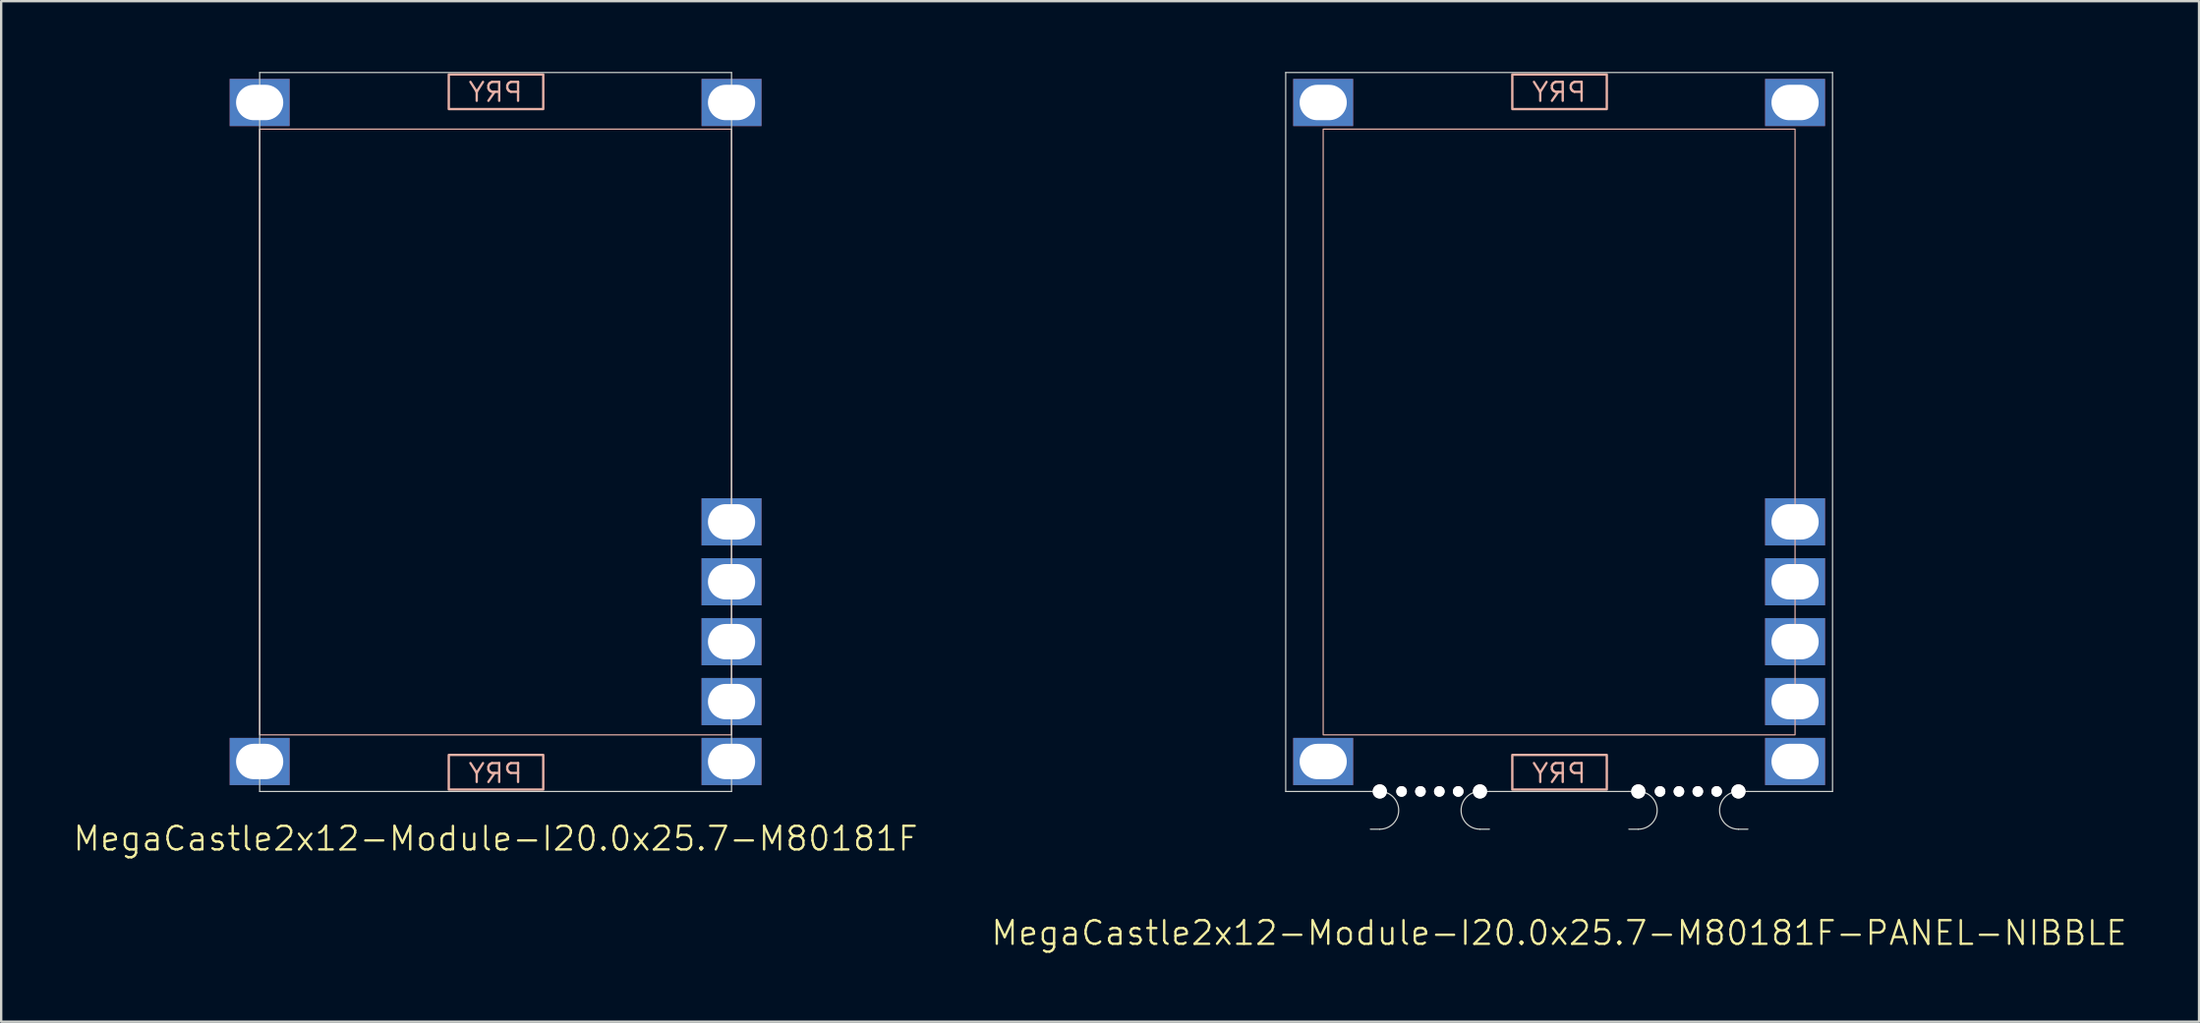
<source format=kicad_pcb>
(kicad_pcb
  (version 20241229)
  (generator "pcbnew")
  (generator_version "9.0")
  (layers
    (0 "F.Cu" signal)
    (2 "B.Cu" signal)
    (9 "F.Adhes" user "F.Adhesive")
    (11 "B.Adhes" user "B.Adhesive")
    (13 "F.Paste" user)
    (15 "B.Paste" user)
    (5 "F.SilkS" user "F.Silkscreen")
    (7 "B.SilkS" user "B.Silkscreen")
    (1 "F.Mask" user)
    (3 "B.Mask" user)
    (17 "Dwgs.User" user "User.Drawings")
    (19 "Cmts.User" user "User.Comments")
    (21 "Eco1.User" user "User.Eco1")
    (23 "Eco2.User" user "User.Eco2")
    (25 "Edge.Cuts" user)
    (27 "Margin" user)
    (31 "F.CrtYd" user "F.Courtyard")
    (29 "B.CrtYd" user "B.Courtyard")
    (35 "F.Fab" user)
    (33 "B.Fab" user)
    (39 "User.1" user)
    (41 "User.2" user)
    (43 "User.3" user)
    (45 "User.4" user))
  (footprint "MegaCastle2x12-Module-I20.0x25.7-M80181F-PANEL-NIBBLE"
    (layer "F.Cu")
    (at 63.031 15.265)
    (property "Reference" "MegaCastle2x12-Module-I20.0x25.7-M80181F-PANEL-NIBBLE" (at 0 21.24 0) (unlocked yes) (layer "F.SilkS") (effects (font (size 1 1) (thickness 0.1))))
    (attr smd)
    (fp_rect (start -10 12.84) (end 10 -12.84) (stroke (width 0.05) (type default)) (fill no) (layer "B.SilkS"))
    (fp_rect (start -1.984 -13.691) (end 2.02 -15.16) (stroke (width 0.1) (type default)) (fill no) (layer "B.SilkS"))
    (fp_rect (start -1.984 13.691) (end 2.02 15.16) (stroke (width 0.1) (type default)) (fill no) (layer "B.SilkS"))
    (fp_line (start -11.588 -15.24) (end -11.588 15.24) (stroke (width 0.05) (type default)) (layer "Edge.Cuts"))
    (fp_line (start -11.588 -15.24) (end 11.588 -15.24) (stroke (width 0.05) (type default)) (layer "Edge.Cuts"))
    (fp_line (start -11.588 15.24) (end -8 15.24) (stroke (width 0.05) (type default)) (layer "Edge.Cuts"))
    (fp_line (start -8 15.24) (end -7.6 15.24) (stroke (width 0.05) (type default)) (layer "Edge.Cuts"))
    (fp_line (start -8 16.84) (end -7.6 16.84) (stroke (width 0.05) (type default)) (layer "Edge.Cuts"))
    (fp_line (start -2.955 15.24) (end -3.355 15.24) (stroke (width 0.05) (type default)) (layer "Edge.Cuts"))
    (fp_line (start -2.955 15.24) (end 2.955 15.24) (stroke (width 0.05) (type default)) (layer "Edge.Cuts"))
    (fp_line (start -2.955 16.84) (end -3.355 16.84) (stroke (width 0.05) (type default)) (layer "Edge.Cuts"))
    (fp_line (start 2.955 15.24) (end 3.355 15.24) (stroke (width 0.05) (type default)) (layer "Edge.Cuts"))
    (fp_line (start 2.955 16.84) (end 3.355 16.84) (stroke (width 0.05) (type default)) (layer "Edge.Cuts"))
    (fp_line (start 8 15.24) (end 7.6 15.24) (stroke (width 0.05) (type default)) (layer "Edge.Cuts"))
    (fp_line (start 8 15.24) (end 11.588 15.24) (stroke (width 0.05) (type default)) (layer "Edge.Cuts"))
    (fp_line (start 8 16.84) (end 7.6 16.84) (stroke (width 0.05) (type default)) (layer "Edge.Cuts"))
    (fp_line (start 11.588 -15.24) (end 11.588 15.24) (stroke (width 0.05) (type default)) (layer "Edge.Cuts"))
    (fp_arc (start -7.6 15.24) (mid -6.8 16.040001) (end -7.6 16.84) (stroke (width 0.05) (type default)) (layer "Edge.Cuts"))
    (fp_arc (start -3.355 16.84) (mid -4.155 16.04) (end -3.355 15.24) (stroke (width 0.05) (type default)) (layer "Edge.Cuts"))
    (fp_arc (start 3.355 15.24) (mid 4.155 16.040001) (end 3.355 16.84) (stroke (width 0.05) (type default)) (layer "Edge.Cuts"))
    (fp_arc (start 7.6 16.84) (mid 6.8 16.04) (end 7.6 15.24) (stroke (width 0.05) (type default)) (layer "Edge.Cuts"))
    (fp_text user "PRY" (at 0 14.94 0) (unlocked yes) (layer "B.SilkS") (effects (font (size 0.8 0.8) (thickness 0.1)) (justify bottom mirror)))
    (fp_text user "PRY" (at 0 -13.94 0) (unlocked yes) (layer "B.SilkS") (effects (font (size 0.8 0.8) (thickness 0.1)) (justify bottom mirror)))
    (pad "" np_thru_hole circle (at -7.6 15.24) (size 0.6 0.6) (drill 0.6) (layers "*.Cu" "Edge.Cuts"))
    (pad "" np_thru_hole circle (at -6.678 15.24) (size 0.45 0.45) (drill 0.45) (layers "*.Cu" "Edge.Cuts"))
    (pad "" np_thru_hole circle (at -5.878 15.24) (size 0.45 0.45) (drill 0.45) (layers "*.Cu" "Edge.Cuts"))
    (pad "" np_thru_hole circle (at -5.077 15.24) (size 0.45 0.45) (drill 0.45) (layers "*.Cu" "Edge.Cuts"))
    (pad "" np_thru_hole circle (at -4.277 15.24) (size 0.45 0.45) (drill 0.45) (layers "*.Cu" "Edge.Cuts"))
    (pad "" np_thru_hole circle (at -3.355 15.24) (size 0.6 0.6) (drill 0.6) (layers "*.Cu" "Edge.Cuts"))
    (pad "" np_thru_hole circle (at 3.355 15.24) (size 0.6 0.6) (drill 0.6) (layers "*.Cu" "Edge.Cuts"))
    (pad "" np_thru_hole circle (at 4.277 15.24) (size 0.45 0.45) (drill 0.45) (layers "*.Cu" "Edge.Cuts"))
    (pad "" np_thru_hole circle (at 5.077 15.24) (size 0.45 0.45) (drill 0.45) (layers "*.Cu" "Edge.Cuts"))
    (pad "" np_thru_hole circle (at 5.878 15.24) (size 0.45 0.45) (drill 0.45) (layers "*.Cu" "Edge.Cuts"))
    (pad "" np_thru_hole circle (at 6.678 15.24) (size 0.45 0.45) (drill 0.45) (layers "*.Cu" "Edge.Cuts"))
    (pad "" np_thru_hole circle (at 7.6 15.24) (size 0.6 0.6) (drill 0.6) (layers "*.Cu" "Edge.Cuts"))
    (pad "1" thru_hole rect (at -10 -13.97) (size 2.54 2) (drill oval 2 1.5) (property pad_prop_castellated) (layers "*.Cu" "*.Mask"))
    (pad "12" thru_hole rect (at -10 13.97) (size 2.54 2) (drill oval 2 1.5) (property pad_prop_castellated) (layers "*.Cu" "*.Mask"))
    (pad "13" thru_hole rect (at 10 -13.97) (size 2.54 2) (drill oval 2 1.5) (property pad_prop_castellated) (layers "*.Cu" "*.Mask"))
    (pad "20" thru_hole rect (at 10 3.81) (size 2.54 2) (drill oval 2 1.5) (property pad_prop_castellated) (layers "*.Cu" "*.Mask"))
    (pad "21" thru_hole rect (at 10 6.35) (size 2.54 2) (drill oval 2 1.5) (property pad_prop_castellated) (layers "*.Cu" "*.Mask"))
    (pad "22" thru_hole rect (at 10 8.89) (size 2.54 2) (drill oval 2 1.5) (property pad_prop_castellated) (layers "*.Cu" "*.Mask"))
    (pad "23" thru_hole rect (at 10 11.43) (size 2.54 2) (drill oval 2 1.5) (property pad_prop_castellated) (layers "*.Cu" "*.Mask"))
    (pad "24" thru_hole rect (at 10 13.97) (size 2.54 2) (drill oval 2 1.5) (property pad_prop_castellated) (layers "*.Cu" "*.Mask"))
    (zone (net_name "") (layer "B.Cu") (hatch edge 0.5) (connect_pads) (min_thickness 0.25) (filled_areas_thickness no) (keepout (tracks allowed) (vias allowed) (pads allowed) (copperpour allowed) (footprints not_allowed)) (placement (enabled no)) (fill) (polygon (pts (xy 53.031 30.505) (xy 53.031 0.025))))
    (zone (net_name "") (layer "B.Cu") (hatch edge 0.5) (connect_pads) (min_thickness 0.25) (filled_areas_thickness no) (keepout (tracks allowed) (vias allowed) (pads allowed) (copperpour allowed) (footprints not_allowed)) (placement (enabled no)) (fill) (polygon (pts (xy 73.031 30.505) (xy 73.031 0.025))))
    (zone (net_name "") (layer "B.Cu") (hatch edge 0.5) (connect_pads) (min_thickness 0.25) (filled_areas_thickness no) (keepout (tracks allowed) (vias allowed) (pads allowed) (copperpour allowed) (footprints not_allowed)) (placement (enabled no)) (fill) (polygon (pts (xy 53.031 0.025) (xy 53.031 2.425) (xy 73.031 2.425) (xy 73.031 0.025))))
    (zone (net_name "") (layer "B.Cu") (hatch edge 0.5) (connect_pads) (min_thickness 0.25) (filled_areas_thickness no) (keepout (tracks allowed) (vias allowed) (pads allowed) (copperpour allowed) (footprints not_allowed)) (placement (enabled no)) (fill) (polygon (pts (xy 53.031 30.505) (xy 53.031 28.105) (xy 73.031 28.105) (xy 73.031 30.505))))
    (zone (net_name "") (layer "B.Cu") (name "Upper Pry Zone") (hatch edge 0.5) (connect_pads) (min_thickness 0.25) (filled_areas_thickness no) (keepout (tracks not_allowed) (vias not_allowed) (pads not_allowed) (copperpour allowed) (footprints not_allowed)) (placement (enabled no)) (fill) (polygon (pts (xy 61.047 1.574) (xy 61.047 0.105) (xy 65.05 0.105) (xy 65.05 1.574))))
    (zone (net_name "") (layer "B.Cu") (name "Upper Pry Zone") (hatch edge 0.5) (connect_pads) (min_thickness 0.25) (filled_areas_thickness no) (keepout (tracks not_allowed) (vias not_allowed) (pads not_allowed) (copperpour allowed) (footprints not_allowed)) (placement (enabled no)) (fill) (polygon (pts (xy 61.047 28.956) (xy 61.047 30.425) (xy 65.05 30.425) (xy 65.05 28.956)))))
  (footprint "MegaCastle2x12-Module-I20.0x25.7-M80181F"
    (layer "F.Cu")
    (at 17.955 15.265)
    (property "Reference" "MegaCastle2x12-Module-I20.0x25.7-M80181F" (at 0 17.24 0) (unlocked yes) (layer "F.SilkS") (effects (font (size 1 1) (thickness 0.1))))
    (attr smd)
    (fp_rect (start -10 12.84) (end 10 -12.84) (stroke (width 0.05) (type default)) (fill no) (layer "B.SilkS"))
    (fp_rect (start -1.984 -13.691) (end 2.02 -15.16) (stroke (width 0.1) (type default)) (fill no) (layer "B.SilkS"))
    (fp_rect (start -1.984 13.691) (end 2.02 15.16) (stroke (width 0.1) (type default)) (fill no) (layer "B.SilkS"))
    (fp_line (start -10 -15.24) (end -10 15.24) (stroke (width 0.05) (type default)) (layer "Edge.Cuts"))
    (fp_line (start -10 -15.24) (end 10 -15.24) (stroke (width 0.05) (type default)) (layer "Edge.Cuts"))
    (fp_line (start -10 15.24) (end 10 15.24) (stroke (width 0.05) (type default)) (layer "Edge.Cuts"))
    (fp_line (start 10 -15.24) (end 10 15.24) (stroke (width 0.05) (type default)) (layer "Edge.Cuts"))
    (fp_text user "PRY" (at 0 -13.94 0) (unlocked yes) (layer "B.SilkS") (effects (font (size 0.8 0.8) (thickness 0.1)) (justify bottom mirror)))
    (fp_text user "PRY" (at 0 14.94 0) (unlocked yes) (layer "B.SilkS") (effects (font (size 0.8 0.8) (thickness 0.1)) (justify bottom mirror)))
    (pad "1" thru_hole rect (at -10 -13.97) (size 2.54 2) (drill oval 2 1.5) (property pad_prop_castellated) (layers "*.Cu" "*.Mask"))
    (pad "12" thru_hole rect (at -10 13.97) (size 2.54 2) (drill oval 2 1.5) (property pad_prop_castellated) (layers "*.Cu" "*.Mask"))
    (pad "13" thru_hole rect (at 10 -13.97) (size 2.54 2) (drill oval 2 1.5) (property pad_prop_castellated) (layers "*.Cu" "*.Mask"))
    (pad "20" thru_hole rect (at 10 3.81) (size 2.54 2) (drill oval 2 1.5) (property pad_prop_castellated) (layers "*.Cu" "*.Mask"))
    (pad "21" thru_hole rect (at 10 6.35) (size 2.54 2) (drill oval 2 1.5) (property pad_prop_castellated) (layers "*.Cu" "*.Mask"))
    (pad "22" thru_hole rect (at 10 8.89) (size 2.54 2) (drill oval 2 1.5) (property pad_prop_castellated) (layers "*.Cu" "*.Mask"))
    (pad "23" thru_hole rect (at 10 11.43) (size 2.54 2) (drill oval 2 1.5) (property pad_prop_castellated) (layers "*.Cu" "*.Mask"))
    (pad "24" thru_hole rect (at 10 13.97) (size 2.54 2) (drill oval 2 1.5) (property pad_prop_castellated) (layers "*.Cu" "*.Mask"))
    (zone (net_name "") (layer "B.Cu") (hatch edge 0.5) (connect_pads) (min_thickness 0.25) (filled_areas_thickness no) (keepout (tracks allowed) (vias allowed) (pads allowed) (copperpour allowed) (footprints not_allowed)) (placement (enabled no)) (fill) (polygon (pts (xy 7.955 30.505) (xy 7.955 0.025))))
    (zone (net_name "") (layer "B.Cu") (hatch edge 0.5) (connect_pads) (min_thickness 0.25) (filled_areas_thickness no) (keepout (tracks allowed) (vias allowed) (pads allowed) (copperpour allowed) (footprints not_allowed)) (placement (enabled no)) (fill) (polygon (pts (xy 27.955 30.505) (xy 27.955 0.025))))
    (zone (net_name "") (layer "B.Cu") (hatch edge 0.5) (connect_pads) (min_thickness 0.25) (filled_areas_thickness no) (keepout (tracks allowed) (vias allowed) (pads allowed) (copperpour allowed) (footprints not_allowed)) (placement (enabled no)) (fill) (polygon (pts (xy 7.955 0.025) (xy 7.955 2.425) (xy 27.955 2.425) (xy 27.955 0.025))))
    (zone (net_name "") (layer "B.Cu") (hatch edge 0.5) (connect_pads) (min_thickness 0.25) (filled_areas_thickness no) (keepout (tracks allowed) (vias allowed) (pads allowed) (copperpour allowed) (footprints not_allowed)) (placement (enabled no)) (fill) (polygon (pts (xy 7.955 30.505) (xy 7.955 28.105) (xy 27.955 28.105) (xy 27.955 30.505))))
    (zone (net_name "") (layer "B.Cu") (name "Upper Pry Zone") (hatch edge 0.5) (connect_pads) (min_thickness 0.25) (filled_areas_thickness no) (keepout (tracks not_allowed) (vias not_allowed) (pads not_allowed) (copperpour allowed) (footprints not_allowed)) (placement (enabled no)) (fill) (polygon (pts (xy 15.971 1.574) (xy 15.971 0.105) (xy 19.974 0.105) (xy 19.974 1.574))))
    (zone (net_name "") (layer "B.Cu") (name "Upper Pry Zone") (hatch edge 0.5) (connect_pads) (min_thickness 0.25) (filled_areas_thickness no) (keepout (tracks not_allowed) (vias not_allowed) (pads not_allowed) (copperpour allowed) (footprints not_allowed)) (placement (enabled no)) (fill) (polygon (pts (xy 15.971 28.956) (xy 15.971 30.425) (xy 19.974 30.425) (xy 19.974 28.956)))))
  (gr_rect
    (start -3 -3)
    (end 90.152 40.266)
    (stroke (width 0.1) (type default))
    (fill no)
    (layer "Edge.Cuts")))
</source>
